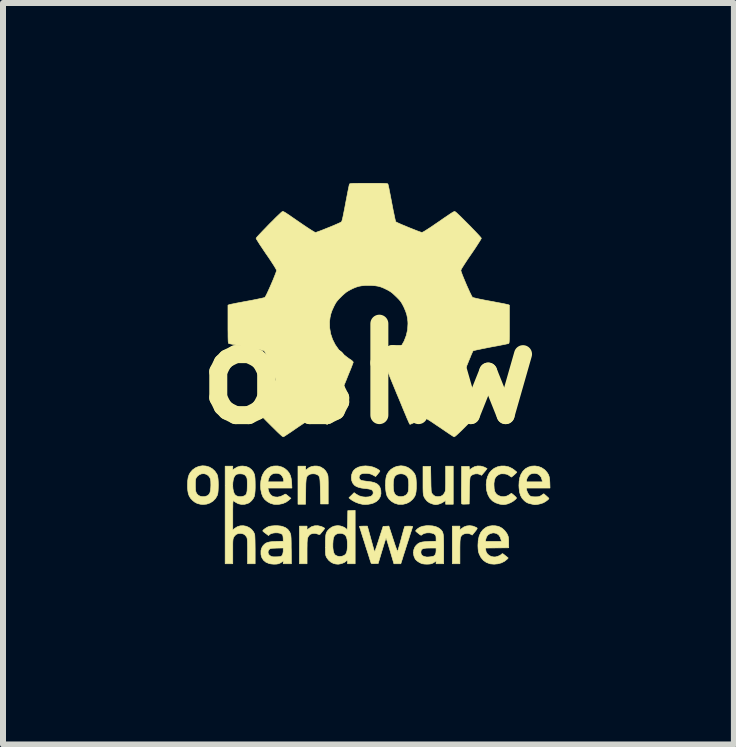
<source format=kicad_pcb>
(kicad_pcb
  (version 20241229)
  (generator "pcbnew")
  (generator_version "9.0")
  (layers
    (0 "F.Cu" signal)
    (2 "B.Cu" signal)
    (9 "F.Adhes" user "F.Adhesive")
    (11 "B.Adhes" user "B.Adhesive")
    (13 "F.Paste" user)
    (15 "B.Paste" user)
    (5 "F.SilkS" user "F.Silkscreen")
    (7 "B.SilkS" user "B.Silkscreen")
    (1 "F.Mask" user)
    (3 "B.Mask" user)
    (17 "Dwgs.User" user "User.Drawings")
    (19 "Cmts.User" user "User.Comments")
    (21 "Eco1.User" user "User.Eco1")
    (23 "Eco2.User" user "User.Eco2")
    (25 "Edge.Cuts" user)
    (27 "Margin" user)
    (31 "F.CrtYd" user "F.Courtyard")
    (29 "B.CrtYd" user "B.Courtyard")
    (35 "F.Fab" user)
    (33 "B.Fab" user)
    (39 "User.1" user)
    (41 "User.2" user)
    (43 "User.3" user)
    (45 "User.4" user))
  (footprint "oshw"
    (layer "F.Cu")
    (at 3.092 3.18)
    (property "Reference" "oshw" (at 0 0 0) (layer "F.SilkS") (effects (font (size 1.524 1.524) (thickness 0.3))))
    (attr through_hole)
    (fp_poly (pts (xy 1.74 2.539) (xy 1.79 2.559) (xy 1.809 2.57) (xy 1.812 2.577) (xy 1.809 2.587) (xy 1.797 2.605) (xy 1.775 2.633) (xy 1.774 2.634) (xy 1.729 2.689) (xy 1.701 2.673) (xy 1.669 2.662) (xy 1.632 2.661) (xy 1.596 2.669) (xy 1.573 2.68) (xy 1.559 2.691) (xy 1.548 2.703) (xy 1.54 2.717) (xy 1.533 2.736) (xy 1.529 2.761) (xy 1.526 2.794) (xy 1.525 2.837) (xy 1.524 2.893) (xy 1.524 2.959) (xy 1.524 3.167) (xy 1.397 3.167) (xy 1.397 2.54) (xy 1.524 2.54) (xy 1.524 2.607) (xy 1.55 2.582) (xy 1.59 2.554) (xy 1.637 2.537) (xy 1.688 2.532) (xy 1.74 2.539)) (stroke (width 0.01) (type solid)) (fill yes) (layer "F.SilkS"))
    (fp_poly (pts (xy -0.789 2.545) (xy -0.772 2.552) (xy -0.749 2.563) (xy -0.734 2.573) (xy -0.73 2.578) (xy -0.735 2.586) (xy -0.747 2.603) (xy -0.765 2.625) (xy -0.784 2.648) (xy -0.802 2.67) (xy -0.81 2.678) (xy -0.822 2.68) (xy -0.843 2.674) (xy -0.849 2.671) (xy -0.886 2.661) (xy -0.927 2.662) (xy -0.963 2.673) (xy -0.973 2.679) (xy -0.989 2.694) (xy -1.005 2.717) (xy -1.009 2.725) (xy -1.013 2.737) (xy -1.017 2.75) (xy -1.019 2.767) (xy -1.021 2.789) (xy -1.023 2.82) (xy -1.023 2.861) (xy -1.024 2.914) (xy -1.024 2.963) (xy -1.024 3.167) (xy -1.151 3.167) (xy -1.151 2.54) (xy -1.024 2.54) (xy -1.024 2.605) (xy -0.992 2.578) (xy -0.948 2.549) (xy -0.897 2.534) (xy -0.843 2.533) (xy -0.789 2.545)) (stroke (width 0.01) (type solid)) (fill yes) (layer "F.SilkS"))
    (fp_poly (pts (xy 1.872 1.539) (xy 1.925 1.554) (xy 1.935 1.559) (xy 1.977 1.58) (xy 1.961 1.602) (xy 1.947 1.62) (xy 1.927 1.644) (xy 1.915 1.658) (xy 1.885 1.693) (xy 1.859 1.68) (xy 1.823 1.668) (xy 1.785 1.668) (xy 1.747 1.677) (xy 1.716 1.694) (xy 1.697 1.716) (xy 1.694 1.727) (xy 1.691 1.748) (xy 1.688 1.779) (xy 1.686 1.823) (xy 1.684 1.88) (xy 1.683 1.951) (xy 1.683 1.953) (xy 1.679 2.171) (xy 1.617 2.173) (xy 1.583 2.174) (xy 1.562 2.172) (xy 1.552 2.167) (xy 1.552 2.165) (xy 1.551 2.155) (xy 1.55 2.131) (xy 1.55 2.095) (xy 1.549 2.048) (xy 1.549 1.992) (xy 1.549 1.93) (xy 1.55 1.862) (xy 1.55 1.849) (xy 1.552 1.544) (xy 1.679 1.544) (xy 1.681 1.573) (xy 1.684 1.603) (xy 1.719 1.576) (xy 1.766 1.55) (xy 1.818 1.537) (xy 1.872 1.539)) (stroke (width 0.01) (type solid)) (fill yes) (layer "F.SilkS"))
    (fp_poly (pts (xy -0.852 1.539) (xy -0.806 1.551) (xy -0.79 1.558) (xy -0.746 1.586) (xy -0.713 1.621) (xy -0.689 1.663) (xy -0.684 1.675) (xy -0.68 1.686) (xy -0.676 1.7) (xy -0.674 1.717) (xy -0.673 1.74) (xy -0.672 1.77) (xy -0.671 1.81) (xy -0.671 1.862) (xy -0.671 1.928) (xy -0.671 1.937) (xy -0.671 2.171) (xy -0.798 2.171) (xy -0.802 1.957) (xy -0.803 1.888) (xy -0.805 1.833) (xy -0.807 1.79) (xy -0.81 1.757) (xy -0.814 1.733) (xy -0.82 1.716) (xy -0.828 1.703) (xy -0.838 1.693) (xy -0.851 1.684) (xy -0.854 1.683) (xy -0.886 1.67) (xy -0.924 1.667) (xy -0.963 1.671) (xy -0.99 1.682) (xy -1.005 1.692) (xy -1.017 1.703) (xy -1.026 1.716) (xy -1.033 1.733) (xy -1.038 1.756) (xy -1.041 1.788) (xy -1.044 1.829) (xy -1.045 1.883) (xy -1.046 1.95) (xy -1.046 1.963) (xy -1.049 2.175) (xy -1.175 2.175) (xy -1.175 1.54) (xy -1.048 1.54) (xy -1.048 1.572) (xy -1.046 1.594) (xy -1.04 1.602) (xy -1.028 1.596) (xy -1.019 1.586) (xy -0.988 1.562) (xy -0.947 1.546) (xy -0.9 1.538) (xy -0.852 1.539)) (stroke (width 0.01) (type solid)) (fill yes) (layer "F.SilkS"))
    (fp_poly (pts (xy 1.413 2.175) (xy 1.286 2.175) (xy 1.286 2.112) (xy 1.246 2.139) (xy 1.216 2.156) (xy 1.183 2.169) (xy 1.167 2.174) (xy 1.139 2.18) (xy 1.12 2.182) (xy 1.103 2.18) (xy 1.079 2.174) (xy 1.071 2.172) (xy 1.016 2.151) (xy 0.973 2.119) (xy 0.939 2.075) (xy 0.927 2.052) (xy 0.922 2.04) (xy 0.918 2.028) (xy 0.915 2.015) (xy 0.913 1.997) (xy 0.911 1.974) (xy 0.91 1.943) (xy 0.909 1.902) (xy 0.909 1.85) (xy 0.909 1.784) (xy 0.909 1.778) (xy 0.909 1.544) (xy 1.036 1.544) (xy 1.04 1.76) (xy 1.041 1.824) (xy 1.042 1.875) (xy 1.044 1.913) (xy 1.045 1.942) (xy 1.047 1.962) (xy 1.05 1.976) (xy 1.054 1.986) (xy 1.058 1.994) (xy 1.06 1.997) (xy 1.087 2.027) (xy 1.116 2.043) (xy 1.151 2.049) (xy 1.157 2.049) (xy 1.201 2.044) (xy 1.236 2.026) (xy 1.262 1.995) (xy 1.268 1.984) (xy 1.273 1.973) (xy 1.278 1.962) (xy 1.281 1.948) (xy 1.283 1.93) (xy 1.284 1.905) (xy 1.285 1.872) (xy 1.286 1.829) (xy 1.286 1.772) (xy 1.286 1.745) (xy 1.286 1.54) (xy 1.413 1.54) (xy 1.413 2.175)) (stroke (width 0.01) (type solid)) (fill yes) (layer "F.SilkS"))
    (fp_poly (pts (xy 2.273 1.538) (xy 2.335 1.551) (xy 2.393 1.578) (xy 2.439 1.611) (xy 2.473 1.641) (xy 2.457 1.659) (xy 2.44 1.675) (xy 2.419 1.694) (xy 2.412 1.7) (xy 2.382 1.723) (xy 2.346 1.697) (xy 2.322 1.682) (xy 2.3 1.674) (xy 2.272 1.669) (xy 2.254 1.668) (xy 2.222 1.667) (xy 2.2 1.67) (xy 2.181 1.677) (xy 2.164 1.686) (xy 2.133 1.709) (xy 2.112 1.738) (xy 2.099 1.776) (xy 2.092 1.825) (xy 2.092 1.857) (xy 2.095 1.914) (xy 2.104 1.959) (xy 2.122 1.993) (xy 2.148 2.018) (xy 2.162 2.028) (xy 2.209 2.046) (xy 2.258 2.05) (xy 2.307 2.038) (xy 2.342 2.02) (xy 2.383 1.992) (xy 2.412 2.015) (xy 2.433 2.033) (xy 2.452 2.051) (xy 2.456 2.055) (xy 2.466 2.067) (xy 2.466 2.076) (xy 2.455 2.089) (xy 2.452 2.092) (xy 2.416 2.122) (xy 2.37 2.149) (xy 2.321 2.168) (xy 2.314 2.171) (xy 2.279 2.178) (xy 2.251 2.181) (xy 2.223 2.179) (xy 2.187 2.173) (xy 2.183 2.172) (xy 2.119 2.151) (xy 2.066 2.119) (xy 2.024 2.075) (xy 1.993 2.02) (xy 1.972 1.953) (xy 1.967 1.922) (xy 1.962 1.849) (xy 1.968 1.78) (xy 1.985 1.716) (xy 2.011 1.66) (xy 2.045 1.617) (xy 2.094 1.577) (xy 2.151 1.551) (xy 2.211 1.538) (xy 2.273 1.538)) (stroke (width 0.01) (type solid)) (fill yes) (layer "F.SilkS"))
    (fp_poly (pts (xy -1.497 1.54) (xy -1.442 1.555) (xy -1.396 1.579) (xy -1.354 1.615) (xy -1.353 1.616) (xy -1.324 1.652) (xy -1.303 1.694) (xy -1.289 1.744) (xy -1.281 1.806) (xy -1.28 1.823) (xy -1.276 1.905) (xy -1.676 1.905) (xy -1.67 1.935) (xy -1.656 1.979) (xy -1.632 2.015) (xy -1.603 2.039) (xy -1.562 2.053) (xy -1.516 2.056) (xy -1.467 2.046) (xy -1.42 2.025) (xy -1.401 2.013) (xy -1.391 2.007) (xy -1.382 2.007) (xy -1.369 2.014) (xy -1.349 2.03) (xy -1.339 2.038) (xy -1.293 2.076) (xy -1.33 2.109) (xy -1.376 2.142) (xy -1.432 2.165) (xy -1.494 2.177) (xy -1.556 2.178) (xy -1.582 2.175) (xy -1.636 2.159) (xy -1.686 2.131) (xy -1.728 2.096) (xy -1.759 2.054) (xy -1.759 2.053) (xy -1.782 1.996) (xy -1.795 1.93) (xy -1.799 1.86) (xy -1.795 1.802) (xy -1.676 1.802) (xy -1.413 1.802) (xy -1.413 1.78) (xy -1.419 1.748) (xy -1.434 1.714) (xy -1.456 1.687) (xy -1.47 1.675) (xy -1.504 1.662) (xy -1.544 1.658) (xy -1.583 1.664) (xy -1.612 1.677) (xy -1.641 1.705) (xy -1.662 1.745) (xy -1.671 1.776) (xy -1.676 1.802) (xy -1.795 1.802) (xy -1.794 1.789) (xy -1.78 1.723) (xy -1.763 1.679) (xy -1.73 1.624) (xy -1.687 1.582) (xy -1.636 1.553) (xy -1.579 1.538) (xy -1.517 1.537) (xy -1.497 1.54)) (stroke (width 0.01) (type solid)) (fill yes) (layer "F.SilkS"))
    (fp_poly (pts (xy 2.113 2.534) (xy 2.162 2.543) (xy 2.177 2.548) (xy 2.226 2.574) (xy 2.27 2.613) (xy 2.306 2.661) (xy 2.316 2.681) (xy 2.326 2.704) (xy 2.332 2.724) (xy 2.335 2.748) (xy 2.337 2.779) (xy 2.337 2.814) (xy 2.338 2.901) (xy 2.145 2.903) (xy 1.953 2.905) (xy 1.953 2.925) (xy 1.96 2.965) (xy 1.98 3) (xy 2.011 3.028) (xy 2.049 3.047) (xy 2.091 3.054) (xy 2.12 3.053) (xy 2.152 3.044) (xy 2.185 3.031) (xy 2.211 3.015) (xy 2.222 3.005) (xy 2.229 2.999) (xy 2.239 3) (xy 2.254 3.01) (xy 2.264 3.018) (xy 2.286 3.036) (xy 2.306 3.052) (xy 2.313 3.057) (xy 2.329 3.071) (xy 2.31 3.092) (xy 2.268 3.126) (xy 2.216 3.152) (xy 2.157 3.168) (xy 2.095 3.174) (xy 2.034 3.169) (xy 2.022 3.166) (xy 1.965 3.145) (xy 1.916 3.111) (xy 1.876 3.064) (xy 1.846 3.006) (xy 1.834 2.969) (xy 1.83 2.946) (xy 1.827 2.912) (xy 1.825 2.874) (xy 1.825 2.854) (xy 1.829 2.794) (xy 1.951 2.794) (xy 2.216 2.794) (xy 2.21 2.768) (xy 2.194 2.721) (xy 2.169 2.685) (xy 2.134 2.662) (xy 2.093 2.653) (xy 2.073 2.653) (xy 2.029 2.664) (xy 1.993 2.686) (xy 1.968 2.719) (xy 1.955 2.761) (xy 1.955 2.761) (xy 1.951 2.794) (xy 1.829 2.794) (xy 1.83 2.773) (xy 1.846 2.703) (xy 1.873 2.644) (xy 1.911 2.597) (xy 1.959 2.561) (xy 1.97 2.555) (xy 2.012 2.54) (xy 2.061 2.533) (xy 2.113 2.534)) (stroke (width 0.01) (type solid)) (fill yes) (layer "F.SilkS"))
    (fp_poly (pts (xy -2.71 1.538) (xy -2.655 1.554) (xy -2.605 1.582) (xy -2.562 1.621) (xy -2.528 1.67) (xy -2.518 1.692) (xy -2.512 1.717) (xy -2.507 1.755) (xy -2.504 1.801) (xy -2.503 1.851) (xy -2.504 1.901) (xy -2.506 1.949) (xy -2.51 1.989) (xy -2.517 2.018) (xy -2.518 2.023) (xy -2.549 2.078) (xy -2.59 2.121) (xy -2.64 2.153) (xy -2.697 2.173) (xy -2.76 2.179) (xy -2.802 2.175) (xy -2.854 2.162) (xy -2.899 2.138) (xy -2.933 2.11) (xy -2.964 2.077) (xy -2.987 2.041) (xy -3.003 1.998) (xy -3.012 1.947) (xy -3.016 1.884) (xy -3.016 1.857) (xy -2.885 1.857) (xy -2.885 1.906) (xy -2.882 1.943) (xy -2.876 1.97) (xy -2.867 1.991) (xy -2.852 2.01) (xy -2.84 2.022) (xy -2.81 2.04) (xy -2.773 2.048) (xy -2.733 2.048) (xy -2.695 2.037) (xy -2.679 2.029) (xy -2.658 2.01) (xy -2.643 1.984) (xy -2.634 1.948) (xy -2.629 1.901) (xy -2.627 1.857) (xy -2.628 1.815) (xy -2.629 1.786) (xy -2.633 1.764) (xy -2.638 1.746) (xy -2.645 1.73) (xy -2.669 1.698) (xy -2.702 1.676) (xy -2.739 1.666) (xy -2.778 1.667) (xy -2.815 1.68) (xy -2.848 1.704) (xy -2.869 1.73) (xy -2.876 1.744) (xy -2.881 1.76) (xy -2.883 1.781) (xy -2.885 1.811) (xy -2.885 1.853) (xy -2.885 1.857) (xy -3.016 1.857) (xy -3.014 1.788) (xy -3.006 1.731) (xy -2.991 1.684) (xy -2.969 1.645) (xy -2.938 1.609) (xy -2.929 1.6) (xy -2.879 1.565) (xy -2.824 1.543) (xy -2.767 1.534) (xy -2.71 1.538)) (stroke (width 0.01) (type solid)) (fill yes) (layer "F.SilkS"))
    (fp_poly (pts (xy 0.602 1.541) (xy 0.659 1.563) (xy 0.711 1.6) (xy 0.723 1.611) (xy 0.749 1.639) (xy 0.768 1.666) (xy 0.782 1.695) (xy 0.791 1.73) (xy 0.795 1.772) (xy 0.798 1.826) (xy 0.798 1.857) (xy 0.797 1.918) (xy 0.793 1.966) (xy 0.786 2.004) (xy 0.775 2.036) (xy 0.758 2.064) (xy 0.736 2.092) (xy 0.733 2.095) (xy 0.687 2.135) (xy 0.632 2.163) (xy 0.571 2.177) (xy 0.507 2.177) (xy 0.491 2.175) (xy 0.436 2.158) (xy 0.386 2.129) (xy 0.343 2.09) (xy 0.312 2.043) (xy 0.309 2.036) (xy 0.298 2) (xy 0.29 1.953) (xy 0.285 1.899) (xy 0.284 1.855) (xy 0.413 1.855) (xy 0.413 1.857) (xy 0.415 1.914) (xy 0.421 1.958) (xy 0.432 1.991) (xy 0.448 2.015) (xy 0.464 2.029) (xy 0.502 2.045) (xy 0.544 2.049) (xy 0.585 2.042) (xy 0.619 2.026) (xy 0.639 2.008) (xy 0.653 1.988) (xy 0.663 1.964) (xy 0.668 1.931) (xy 0.67 1.886) (xy 0.671 1.857) (xy 0.67 1.806) (xy 0.666 1.767) (xy 0.658 1.737) (xy 0.646 1.715) (xy 0.628 1.697) (xy 0.612 1.685) (xy 0.579 1.671) (xy 0.54 1.667) (xy 0.5 1.672) (xy 0.476 1.681) (xy 0.451 1.698) (xy 0.433 1.721) (xy 0.422 1.754) (xy 0.415 1.798) (xy 0.413 1.855) (xy 0.284 1.855) (xy 0.284 1.842) (xy 0.286 1.787) (xy 0.292 1.737) (xy 0.301 1.697) (xy 0.305 1.687) (xy 0.335 1.635) (xy 0.377 1.592) (xy 0.43 1.56) (xy 0.477 1.543) (xy 0.541 1.534) (xy 0.602 1.541)) (stroke (width 0.01) (type solid)) (fill yes) (layer "F.SilkS"))
    (fp_poly (pts (xy 2.833 1.546) (xy 2.886 1.566) (xy 2.934 1.598) (xy 2.956 1.62) (xy 2.982 1.652) (xy 3.001 1.684) (xy 3.013 1.72) (xy 3.02 1.765) (xy 3.023 1.816) (xy 3.026 1.905) (xy 2.635 1.905) (xy 2.635 1.927) (xy 2.641 1.954) (xy 2.655 1.986) (xy 2.673 2.015) (xy 2.693 2.036) (xy 2.708 2.044) (xy 2.727 2.049) (xy 2.753 2.051) (xy 2.781 2.052) (xy 2.814 2.051) (xy 2.837 2.049) (xy 2.855 2.043) (xy 2.874 2.033) (xy 2.884 2.026) (xy 2.922 2) (xy 2.965 2.037) (xy 2.986 2.056) (xy 3.002 2.071) (xy 3.008 2.08) (xy 3.008 2.08) (xy 3.002 2.089) (xy 2.986 2.104) (xy 2.964 2.121) (xy 2.939 2.137) (xy 2.917 2.15) (xy 2.892 2.159) (xy 2.859 2.169) (xy 2.822 2.177) (xy 2.789 2.181) (xy 2.77 2.182) (xy 2.756 2.18) (xy 2.733 2.175) (xy 2.715 2.171) (xy 2.677 2.162) (xy 2.648 2.151) (xy 2.624 2.137) (xy 2.598 2.116) (xy 2.597 2.115) (xy 2.561 2.076) (xy 2.535 2.029) (xy 2.518 1.971) (xy 2.51 1.903) (xy 2.508 1.861) (xy 2.512 1.791) (xy 2.514 1.779) (xy 2.635 1.779) (xy 2.635 1.802) (xy 2.899 1.802) (xy 2.894 1.772) (xy 2.879 1.726) (xy 2.853 1.692) (xy 2.818 1.669) (xy 2.776 1.659) (xy 2.767 1.659) (xy 2.731 1.663) (xy 2.7 1.673) (xy 2.699 1.674) (xy 2.675 1.694) (xy 2.653 1.723) (xy 2.639 1.756) (xy 2.635 1.779) (xy 2.514 1.779) (xy 2.522 1.732) (xy 2.54 1.681) (xy 2.567 1.635) (xy 2.578 1.621) (xy 2.618 1.582) (xy 2.666 1.556) (xy 2.72 1.54) (xy 2.776 1.537) (xy 2.833 1.546)) (stroke (width 0.01) (type solid)) (fill yes) (layer "F.SilkS"))
    (fp_poly (pts (xy 0.011 1.541) (xy 0.072 1.554) (xy 0.129 1.577) (xy 0.165 1.598) (xy 0.181 1.611) (xy 0.19 1.62) (xy 0.19 1.622) (xy 0.186 1.631) (xy 0.173 1.648) (xy 0.155 1.67) (xy 0.155 1.671) (xy 0.119 1.713) (xy 0.074 1.688) (xy 0.046 1.675) (xy 0.02 1.667) (xy -0.011 1.662) (xy -0.035 1.661) (xy -0.079 1.661) (xy -0.109 1.666) (xy -0.131 1.677) (xy -0.147 1.694) (xy -0.15 1.699) (xy -0.157 1.727) (xy -0.15 1.752) (xy -0.13 1.772) (xy -0.127 1.774) (xy -0.11 1.779) (xy -0.081 1.785) (xy -0.045 1.79) (xy -0.016 1.794) (xy 0.052 1.803) (xy 0.105 1.817) (xy 0.146 1.838) (xy 0.176 1.866) (xy 0.195 1.903) (xy 0.206 1.944) (xy 0.208 2.001) (xy 0.195 2.052) (xy 0.169 2.095) (xy 0.13 2.131) (xy 0.078 2.157) (xy 0.04 2.168) (xy -0.005 2.176) (xy -0.051 2.179) (xy -0.089 2.178) (xy -0.091 2.178) (xy -0.154 2.164) (xy -0.215 2.141) (xy -0.27 2.112) (xy -0.3 2.09) (xy -0.326 2.068) (xy -0.282 2.025) (xy -0.239 1.982) (xy -0.21 2.004) (xy -0.156 2.035) (xy -0.095 2.052) (xy -0.047 2.056) (xy 0.004 2.052) (xy 0.042 2.041) (xy 0.067 2.022) (xy 0.078 1.996) (xy 0.078 1.975) (xy 0.073 1.955) (xy 0.062 1.941) (xy 0.042 1.93) (xy 0.011 1.922) (xy -0.033 1.915) (xy -0.055 1.913) (xy -0.118 1.905) (xy -0.167 1.893) (xy -0.206 1.877) (xy -0.236 1.856) (xy -0.237 1.855) (xy -0.264 1.82) (xy -0.28 1.778) (xy -0.285 1.73) (xy -0.28 1.682) (xy -0.264 1.638) (xy -0.246 1.61) (xy -0.21 1.578) (xy -0.163 1.555) (xy -0.109 1.541) (xy -0.05 1.536) (xy 0.011 1.541)) (stroke (width 0.01) (type solid)) (fill yes) (layer "F.SilkS"))
    (fp_poly (pts (xy -0.222 3.167) (xy -0.349 3.167) (xy -0.349 3.139) (xy -0.351 3.118) (xy -0.358 3.113) (xy -0.371 3.121) (xy -0.377 3.127) (xy -0.398 3.143) (xy -0.429 3.157) (xy -0.465 3.168) (xy -0.5 3.174) (xy -0.514 3.174) (xy -0.546 3.171) (xy -0.577 3.164) (xy -0.584 3.162) (xy -0.626 3.14) (xy -0.665 3.107) (xy -0.695 3.067) (xy -0.7 3.058) (xy -0.706 3.044) (xy -0.711 3.031) (xy -0.714 3.016) (xy -0.716 2.995) (xy -0.718 2.968) (xy -0.718 2.93) (xy -0.718 2.881) (xy -0.718 2.857) (xy -0.718 2.83) (xy -0.594 2.83) (xy -0.594 2.896) (xy -0.587 2.95) (xy -0.576 2.99) (xy -0.559 3.018) (xy -0.557 3.019) (xy -0.524 3.038) (xy -0.485 3.046) (xy -0.443 3.042) (xy -0.416 3.033) (xy -0.393 3.019) (xy -0.376 3.001) (xy -0.364 2.975) (xy -0.356 2.94) (xy -0.352 2.893) (xy -0.351 2.865) (xy -0.352 2.805) (xy -0.357 2.759) (xy -0.367 2.723) (xy -0.382 2.696) (xy -0.404 2.677) (xy -0.438 2.663) (xy -0.477 2.659) (xy -0.516 2.665) (xy -0.537 2.675) (xy -0.558 2.691) (xy -0.573 2.711) (xy -0.584 2.738) (xy -0.59 2.775) (xy -0.593 2.825) (xy -0.594 2.83) (xy -0.718 2.83) (xy -0.718 2.793) (xy -0.716 2.741) (xy -0.713 2.701) (xy -0.708 2.67) (xy -0.699 2.645) (xy -0.687 2.624) (xy -0.671 2.605) (xy -0.651 2.585) (xy -0.611 2.556) (xy -0.569 2.539) (xy -0.519 2.532) (xy -0.507 2.532) (xy -0.472 2.536) (xy -0.435 2.547) (xy -0.402 2.561) (xy -0.378 2.578) (xy -0.374 2.582) (xy -0.362 2.593) (xy -0.356 2.596) (xy -0.354 2.588) (xy -0.352 2.567) (xy -0.35 2.535) (xy -0.349 2.494) (xy -0.348 2.447) (xy -0.347 2.439) (xy -0.345 2.282) (xy -0.284 2.28) (xy -0.222 2.277) (xy -0.222 3.167)) (stroke (width 0.01) (type solid)) (fill yes) (layer "F.SilkS"))
    (fp_poly (pts (xy -1.514 2.533) (xy -1.466 2.538) (xy -1.438 2.544) (xy -1.385 2.564) (xy -1.345 2.593) (xy -1.315 2.633) (xy -1.31 2.643) (xy -1.305 2.656) (xy -1.3 2.668) (xy -1.296 2.681) (xy -1.294 2.697) (xy -1.292 2.718) (xy -1.29 2.746) (xy -1.289 2.783) (xy -1.288 2.832) (xy -1.288 2.893) (xy -1.287 2.927) (xy -1.284 3.167) (xy -1.421 3.167) (xy -1.421 3.118) (xy -1.445 3.138) (xy -1.469 3.154) (xy -1.497 3.166) (xy -1.498 3.167) (xy -1.536 3.173) (xy -1.58 3.174) (xy -1.624 3.17) (xy -1.656 3.164) (xy -1.71 3.141) (xy -1.749 3.109) (xy -1.776 3.068) (xy -1.791 3.018) (xy -1.792 2.999) (xy -1.792 2.981) (xy -1.674 2.981) (xy -1.666 3.008) (xy -1.646 3.03) (xy -1.617 3.046) (xy -1.607 3.049) (xy -1.581 3.052) (xy -1.548 3.052) (xy -1.513 3.051) (xy -1.482 3.049) (xy -1.46 3.044) (xy -1.458 3.044) (xy -1.44 3.029) (xy -1.428 3.001) (xy -1.421 2.964) (xy -1.421 2.949) (xy -1.421 2.904) (xy -1.527 2.906) (xy -1.571 2.908) (xy -1.601 2.909) (xy -1.622 2.912) (xy -1.636 2.915) (xy -1.646 2.921) (xy -1.654 2.928) (xy -1.671 2.953) (xy -1.674 2.981) (xy -1.792 2.981) (xy -1.792 2.948) (xy -1.781 2.907) (xy -1.761 2.871) (xy -1.751 2.859) (xy -1.73 2.838) (xy -1.707 2.822) (xy -1.679 2.811) (xy -1.645 2.803) (xy -1.6 2.798) (xy -1.542 2.796) (xy -1.538 2.795) (xy -1.42 2.792) (xy -1.422 2.74) (xy -1.425 2.711) (xy -1.429 2.693) (xy -1.436 2.681) (xy -1.446 2.672) (xy -1.474 2.659) (xy -1.511 2.652) (xy -1.552 2.651) (xy -1.591 2.656) (xy -1.625 2.666) (xy -1.646 2.678) (xy -1.666 2.697) (xy -1.714 2.661) (xy -1.737 2.644) (xy -1.754 2.629) (xy -1.762 2.62) (xy -1.762 2.619) (xy -1.756 2.608) (xy -1.739 2.592) (xy -1.715 2.575) (xy -1.689 2.559) (xy -1.663 2.547) (xy -1.655 2.544) (xy -1.614 2.537) (xy -1.565 2.533) (xy -1.514 2.533)) (stroke (width 0.01) (type solid)) (fill yes) (layer "F.SilkS"))
    (fp_poly (pts (xy 1.068 2.536) (xy 1.124 2.549) (xy 1.171 2.571) (xy 1.194 2.589) (xy 1.21 2.603) (xy 1.222 2.618) (xy 1.233 2.633) (xy 1.24 2.653) (xy 1.246 2.677) (xy 1.25 2.709) (xy 1.252 2.749) (xy 1.253 2.8) (xy 1.254 2.863) (xy 1.254 2.93) (xy 1.254 3.167) (xy 1.127 3.167) (xy 1.127 3.118) (xy 1.103 3.138) (xy 1.079 3.154) (xy 1.051 3.166) (xy 1.049 3.167) (xy 1.016 3.172) (xy 0.974 3.174) (xy 0.933 3.172) (xy 0.897 3.167) (xy 0.887 3.164) (xy 0.847 3.145) (xy 0.811 3.121) (xy 0.784 3.095) (xy 0.778 3.086) (xy 0.757 3.037) (xy 0.749 2.987) (xy 0.75 2.979) (xy 0.873 2.979) (xy 0.88 3.01) (xy 0.899 3.033) (xy 0.927 3.045) (xy 0.945 3.049) (xy 0.956 3.053) (xy 0.974 3.055) (xy 1.002 3.054) (xy 1.033 3.051) (xy 1.063 3.046) (xy 1.085 3.04) (xy 1.092 3.037) (xy 1.111 3.017) (xy 1.123 2.99) (xy 1.127 2.951) (xy 1.127 2.944) (xy 1.127 2.905) (xy 1.027 2.905) (xy 0.973 2.906) (xy 0.933 2.91) (xy 0.905 2.918) (xy 0.887 2.93) (xy 0.877 2.948) (xy 0.874 2.972) (xy 0.873 2.979) (xy 0.75 2.979) (xy 0.755 2.936) (xy 0.773 2.89) (xy 0.793 2.863) (xy 0.816 2.84) (xy 0.839 2.824) (xy 0.866 2.812) (xy 0.9 2.804) (xy 0.943 2.799) (xy 0.998 2.796) (xy 1.01 2.795) (xy 1.127 2.792) (xy 1.127 2.746) (xy 1.125 2.712) (xy 1.117 2.69) (xy 1.113 2.685) (xy 1.089 2.667) (xy 1.054 2.656) (xy 1.014 2.651) (xy 0.973 2.652) (xy 0.935 2.66) (xy 0.904 2.674) (xy 0.89 2.685) (xy 0.883 2.691) (xy 0.875 2.691) (xy 0.861 2.684) (xy 0.84 2.668) (xy 0.833 2.662) (xy 0.81 2.644) (xy 0.793 2.629) (xy 0.786 2.62) (xy 0.786 2.62) (xy 0.791 2.611) (xy 0.805 2.596) (xy 0.817 2.585) (xy 0.855 2.559) (xy 0.903 2.542) (xy 0.962 2.533) (xy 0.999 2.532) (xy 1.068 2.536)) (stroke (width 0.01) (type solid)) (fill yes) (layer "F.SilkS"))
    (fp_poly (pts (xy 0.41 2.754) (xy 0.428 2.809) (xy 0.444 2.858) (xy 0.459 2.9) (xy 0.471 2.933) (xy 0.48 2.954) (xy 0.484 2.963) (xy 0.485 2.963) (xy 0.488 2.954) (xy 0.495 2.932) (xy 0.505 2.898) (xy 0.517 2.856) (xy 0.531 2.806) (xy 0.544 2.758) (xy 0.558 2.704) (xy 0.572 2.655) (xy 0.583 2.613) (xy 0.593 2.58) (xy 0.599 2.558) (xy 0.601 2.55) (xy 0.61 2.544) (xy 0.632 2.541) (xy 0.669 2.54) (xy 0.672 2.54) (xy 0.707 2.541) (xy 0.727 2.543) (xy 0.736 2.546) (xy 0.736 2.55) (xy 0.733 2.559) (xy 0.726 2.582) (xy 0.715 2.616) (xy 0.701 2.658) (xy 0.685 2.708) (xy 0.668 2.763) (xy 0.649 2.821) (xy 0.63 2.88) (xy 0.612 2.938) (xy 0.594 2.993) (xy 0.578 3.043) (xy 0.565 3.086) (xy 0.56 3.102) (xy 0.539 3.167) (xy 0.424 3.167) (xy 0.361 2.953) (xy 0.344 2.897) (xy 0.329 2.847) (xy 0.316 2.805) (xy 0.305 2.771) (xy 0.297 2.748) (xy 0.293 2.739) (xy 0.293 2.738) (xy 0.29 2.746) (xy 0.283 2.766) (xy 0.272 2.798) (xy 0.259 2.84) (xy 0.244 2.889) (xy 0.228 2.943) (xy 0.225 2.951) (xy 0.162 3.163) (xy 0.105 3.165) (xy 0.072 3.166) (xy 0.052 3.163) (xy 0.044 3.158) (xy 0.044 3.157) (xy 0.04 3.145) (xy 0.031 3.119) (xy 0.02 3.084) (xy 0.006 3.039) (xy -0.01 2.988) (xy -0.028 2.933) (xy -0.047 2.874) (xy -0.065 2.815) (xy -0.084 2.757) (xy -0.101 2.703) (xy -0.117 2.653) (xy -0.13 2.61) (xy -0.141 2.577) (xy -0.148 2.554) (xy -0.151 2.544) (xy -0.151 2.544) (xy -0.143 2.542) (xy -0.124 2.541) (xy -0.096 2.54) (xy -0.084 2.54) (xy -0.018 2.54) (xy 0.002 2.613) (xy 0.011 2.646) (xy 0.023 2.69) (xy 0.037 2.74) (xy 0.051 2.793) (xy 0.061 2.828) (xy 0.073 2.872) (xy 0.084 2.911) (xy 0.093 2.942) (xy 0.1 2.962) (xy 0.103 2.969) (xy 0.106 2.961) (xy 0.114 2.941) (xy 0.125 2.909) (xy 0.139 2.868) (xy 0.155 2.819) (xy 0.173 2.765) (xy 0.175 2.756) (xy 0.244 2.544) (xy 0.292 2.542) (xy 0.34 2.539) (xy 0.41 2.754)) (stroke (width 0.01) (type solid)) (fill yes) (layer "F.SilkS"))
    (fp_poly (pts (xy -2.042 1.545) (xy -1.991 1.565) (xy -1.949 1.598) (xy -1.917 1.64) (xy -1.901 1.679) (xy -1.895 1.707) (xy -1.891 1.746) (xy -1.889 1.794) (xy -1.888 1.847) (xy -1.888 1.901) (xy -1.89 1.951) (xy -1.894 1.995) (xy -1.899 2.029) (xy -1.901 2.039) (xy -1.919 2.077) (xy -1.947 2.114) (xy -1.981 2.145) (xy -2.01 2.161) (xy -2.063 2.176) (xy -2.117 2.178) (xy -2.169 2.167) (xy -2.212 2.144) (xy -2.232 2.13) (xy -2.248 2.119) (xy -2.252 2.116) (xy -2.255 2.118) (xy -2.257 2.126) (xy -2.259 2.144) (xy -2.261 2.171) (xy -2.261 2.21) (xy -2.262 2.261) (xy -2.262 2.326) (xy -2.262 2.358) (xy -2.262 2.605) (xy -2.23 2.578) (xy -2.186 2.55) (xy -2.138 2.535) (xy -2.087 2.533) (xy -2.037 2.542) (xy -1.99 2.563) (xy -1.949 2.594) (xy -1.916 2.635) (xy -1.898 2.674) (xy -1.895 2.692) (xy -1.893 2.726) (xy -1.891 2.775) (xy -1.89 2.839) (xy -1.889 2.918) (xy -1.889 2.934) (xy -1.889 3.167) (xy -2.016 3.167) (xy -2.016 2.959) (xy -2.016 2.894) (xy -2.017 2.844) (xy -2.017 2.805) (xy -2.019 2.777) (xy -2.021 2.756) (xy -2.024 2.74) (xy -2.027 2.729) (xy -2.03 2.723) (xy -2.054 2.691) (xy -2.086 2.67) (xy -2.128 2.661) (xy -2.129 2.661) (xy -2.173 2.664) (xy -2.208 2.68) (xy -2.236 2.709) (xy -2.244 2.723) (xy -2.25 2.734) (xy -2.254 2.745) (xy -2.257 2.758) (xy -2.259 2.775) (xy -2.261 2.799) (xy -2.262 2.832) (xy -2.262 2.875) (xy -2.262 2.931) (xy -2.262 2.962) (xy -2.262 3.167) (xy -2.389 3.167) (xy -2.389 1.867) (xy -2.263 1.867) (xy -2.259 1.917) (xy -2.25 1.963) (xy -2.236 2) (xy -2.225 2.016) (xy -2.199 2.036) (xy -2.164 2.047) (xy -2.124 2.049) (xy -2.085 2.041) (xy -2.066 2.033) (xy -2.049 2.022) (xy -2.037 2.006) (xy -2.029 1.984) (xy -2.023 1.952) (xy -2.021 1.91) (xy -2.02 1.857) (xy -2.02 1.811) (xy -2.021 1.777) (xy -2.023 1.753) (xy -2.027 1.736) (xy -2.032 1.723) (xy -2.035 1.717) (xy -2.058 1.689) (xy -2.088 1.673) (xy -2.128 1.668) (xy -2.151 1.668) (xy -2.18 1.671) (xy -2.199 1.677) (xy -2.214 1.687) (xy -2.223 1.696) (xy -2.241 1.726) (xy -2.254 1.767) (xy -2.261 1.815) (xy -2.263 1.867) (xy -2.389 1.867) (xy -2.389 1.54) (xy -2.262 1.54) (xy -2.262 1.604) (xy -2.236 1.584) (xy -2.187 1.555) (xy -2.133 1.54) (xy -2.098 1.538) (xy -2.042 1.545)) (stroke (width 0.01) (type solid)) (fill yes) (layer "F.SilkS"))
    (fp_poly (pts (xy 0.083 -3.175) (xy 0.147 -3.175) (xy 0.199 -3.175) (xy 0.239 -3.174) (xy 0.269 -3.173) (xy 0.291 -3.172) (xy 0.306 -3.17) (xy 0.315 -3.168) (xy 0.321 -3.165) (xy 0.324 -3.161) (xy 0.325 -3.16) (xy 0.328 -3.149) (xy 0.334 -3.124) (xy 0.342 -3.088) (xy 0.351 -3.041) (xy 0.362 -2.985) (xy 0.374 -2.923) (xy 0.387 -2.856) (xy 0.389 -2.845) (xy 0.402 -2.777) (xy 0.414 -2.715) (xy 0.426 -2.659) (xy 0.436 -2.611) (xy 0.444 -2.573) (xy 0.451 -2.547) (xy 0.455 -2.534) (xy 0.455 -2.534) (xy 0.466 -2.527) (xy 0.489 -2.516) (xy 0.522 -2.501) (xy 0.563 -2.483) (xy 0.61 -2.464) (xy 0.659 -2.443) (xy 0.709 -2.423) (xy 0.757 -2.404) (xy 0.802 -2.386) (xy 0.839 -2.372) (xy 0.868 -2.362) (xy 0.886 -2.356) (xy 0.89 -2.356) (xy 0.901 -2.359) (xy 0.923 -2.37) (xy 0.954 -2.389) (xy 0.996 -2.416) (xy 1.05 -2.451) (xy 1.115 -2.496) (xy 1.124 -2.502) (xy 1.195 -2.55) (xy 1.253 -2.591) (xy 1.301 -2.623) (xy 1.339 -2.649) (xy 1.369 -2.669) (xy 1.392 -2.684) (xy 1.409 -2.694) (xy 1.421 -2.7) (xy 1.429 -2.704) (xy 1.435 -2.705) (xy 1.44 -2.704) (xy 1.442 -2.703) (xy 1.452 -2.696) (xy 1.472 -2.68) (xy 1.499 -2.654) (xy 1.532 -2.623) (xy 1.57 -2.585) (xy 1.611 -2.544) (xy 1.654 -2.501) (xy 1.698 -2.457) (xy 1.739 -2.414) (xy 1.779 -2.373) (xy 1.814 -2.336) (xy 1.843 -2.305) (xy 1.865 -2.28) (xy 1.878 -2.264) (xy 1.881 -2.258) (xy 1.877 -2.248) (xy 1.864 -2.226) (xy 1.845 -2.195) (xy 1.819 -2.155) (xy 1.789 -2.108) (xy 1.754 -2.056) (xy 1.716 -2) (xy 1.711 -1.993) (xy 1.658 -1.916) (xy 1.616 -1.852) (xy 1.583 -1.801) (xy 1.559 -1.763) (xy 1.545 -1.737) (xy 1.54 -1.723) (xy 1.54 -1.723) (xy 1.543 -1.709) (xy 1.552 -1.683) (xy 1.565 -1.647) (xy 1.582 -1.605) (xy 1.602 -1.557) (xy 1.623 -1.507) (xy 1.645 -1.456) (xy 1.667 -1.408) (xy 1.687 -1.363) (xy 1.706 -1.325) (xy 1.72 -1.296) (xy 1.731 -1.278) (xy 1.735 -1.273) (xy 1.747 -1.269) (xy 1.772 -1.263) (xy 1.809 -1.254) (xy 1.856 -1.244) (xy 1.911 -1.233) (xy 1.972 -1.221) (xy 2.033 -1.21) (xy 2.098 -1.198) (xy 2.159 -1.186) (xy 2.214 -1.176) (xy 2.26 -1.167) (xy 2.297 -1.159) (xy 2.321 -1.154) (xy 2.332 -1.151) (xy 2.349 -1.143) (xy 2.349 -0.827) (xy 2.349 -0.747) (xy 2.349 -0.682) (xy 2.349 -0.63) (xy 2.348 -0.589) (xy 2.347 -0.559) (xy 2.346 -0.536) (xy 2.344 -0.521) (xy 2.342 -0.512) (xy 2.339 -0.507) (xy 2.336 -0.504) (xy 2.336 -0.504) (xy 2.325 -0.501) (xy 2.3 -0.496) (xy 2.264 -0.488) (xy 2.217 -0.479) (xy 2.163 -0.468) (xy 2.101 -0.457) (xy 2.037 -0.445) (xy 1.962 -0.43) (xy 1.896 -0.417) (xy 1.84 -0.405) (xy 1.796 -0.396) (xy 1.764 -0.388) (xy 1.746 -0.382) (xy 1.743 -0.38) (xy 1.737 -0.37) (xy 1.727 -0.347) (xy 1.712 -0.314) (xy 1.695 -0.271) (xy 1.674 -0.221) (xy 1.652 -0.166) (xy 1.643 -0.145) (xy 1.614 -0.07) (xy 1.591 -0.01) (xy 1.574 0.037) (xy 1.563 0.072) (xy 1.558 0.093) (xy 1.557 0.101) (xy 1.563 0.113) (xy 1.576 0.136) (xy 1.596 0.168) (xy 1.622 0.209) (xy 1.653 0.256) (xy 1.688 0.308) (xy 1.721 0.356) (xy 1.758 0.41) (xy 1.792 0.461) (xy 1.822 0.506) (xy 1.847 0.544) (xy 1.866 0.574) (xy 1.878 0.594) (xy 1.881 0.602) (xy 1.876 0.611) (xy 1.86 0.629) (xy 1.836 0.656) (xy 1.804 0.69) (xy 1.765 0.73) (xy 1.721 0.775) (xy 1.673 0.823) (xy 1.66 0.836) (xy 1.603 0.893) (xy 1.556 0.94) (xy 1.517 0.977) (xy 1.487 1.005) (xy 1.464 1.026) (xy 1.447 1.04) (xy 1.435 1.048) (xy 1.428 1.051) (xy 1.424 1.05) (xy 1.414 1.045) (xy 1.393 1.031) (xy 1.362 1.011) (xy 1.322 0.984) (xy 1.276 0.953) (xy 1.225 0.918) (xy 1.179 0.887) (xy 1.125 0.851) (xy 1.075 0.817) (xy 1.03 0.787) (xy 0.991 0.763) (xy 0.961 0.745) (xy 0.941 0.733) (xy 0.933 0.73) (xy 0.921 0.734) (xy 0.897 0.744) (xy 0.866 0.759) (xy 0.829 0.778) (xy 0.814 0.786) (xy 0.777 0.806) (xy 0.744 0.822) (xy 0.717 0.834) (xy 0.701 0.841) (xy 0.698 0.841) (xy 0.695 0.842) (xy 0.693 0.842) (xy 0.691 0.842) (xy 0.688 0.84) (xy 0.685 0.835) (xy 0.68 0.826) (xy 0.674 0.812) (xy 0.665 0.793) (xy 0.654 0.767) (xy 0.639 0.734) (xy 0.622 0.692) (xy 0.6 0.64) (xy 0.574 0.578) (xy 0.544 0.504) (xy 0.508 0.417) (xy 0.466 0.318) (xy 0.457 0.295) (xy 0.423 0.213) (xy 0.391 0.135) (xy 0.361 0.062) (xy 0.335 -0.004) (xy 0.311 -0.062) (xy 0.292 -0.111) (xy 0.277 -0.15) (xy 0.267 -0.176) (xy 0.262 -0.19) (xy 0.262 -0.192) (xy 0.269 -0.206) (xy 0.287 -0.223) (xy 0.296 -0.228) (xy 0.35 -0.265) (xy 0.4 -0.303) (xy 0.444 -0.34) (xy 0.478 -0.372) (xy 0.481 -0.375) (xy 0.544 -0.456) (xy 0.594 -0.544) (xy 0.63 -0.638) (xy 0.652 -0.734) (xy 0.658 -0.833) (xy 0.657 -0.865) (xy 0.65 -0.928) (xy 0.638 -0.986) (xy 0.619 -1.043) (xy 0.592 -1.106) (xy 0.586 -1.119) (xy 0.567 -1.155) (xy 0.551 -1.183) (xy 0.534 -1.208) (xy 0.512 -1.234) (xy 0.483 -1.264) (xy 0.465 -1.282) (xy 0.427 -1.318) (xy 0.396 -1.346) (xy 0.366 -1.368) (xy 0.335 -1.387) (xy 0.314 -1.398) (xy 0.257 -1.426) (xy 0.208 -1.446) (xy 0.161 -1.459) (xy 0.112 -1.467) (xy 0.056 -1.471) (xy 0.004 -1.472) (xy -0.061 -1.471) (xy -0.115 -1.466) (xy -0.164 -1.457) (xy -0.21 -1.442) (xy -0.261 -1.421) (xy -0.306 -1.398) (xy -0.34 -1.379) (xy -0.37 -1.36) (xy -0.399 -1.336) (xy -0.433 -1.306) (xy -0.457 -1.282) (xy -0.491 -1.248) (xy -0.516 -1.22) (xy -0.535 -1.196) (xy -0.552 -1.169) (xy -0.568 -1.138) (xy -0.578 -1.119) (xy -0.607 -1.055) (xy -0.627 -0.997) (xy -0.64 -0.939) (xy -0.648 -0.877) (xy -0.649 -0.865) (xy -0.647 -0.766) (xy -0.631 -0.668) (xy -0.599 -0.573) (xy -0.554 -0.484) (xy -0.495 -0.4) (xy -0.476 -0.379) (xy -0.45 -0.352) (xy -0.413 -0.32) (xy -0.371 -0.287) (xy -0.326 -0.253) (xy -0.288 -0.228) (xy -0.267 -0.211) (xy -0.255 -0.196) (xy -0.254 -0.191) (xy -0.257 -0.182) (xy -0.266 -0.158) (xy -0.279 -0.123) (xy -0.297 -0.077) (xy -0.32 -0.022) (xy -0.346 0.042) (xy -0.374 0.113) (xy -0.406 0.19) (xy -0.439 0.271) (xy -0.449 0.295) (xy -0.492 0.398) (xy -0.529 0.487) (xy -0.56 0.563) (xy -0.587 0.628) (xy -0.609 0.682) (xy -0.628 0.726) (xy -0.643 0.761) (xy -0.655 0.788) (xy -0.664 0.809) (xy -0.671 0.824) (xy -0.676 0.833) (xy -0.68 0.839) (xy -0.683 0.842) (xy -0.685 0.842) (xy -0.687 0.842) (xy -0.689 0.841) (xy -0.69 0.841) (xy -0.702 0.838) (xy -0.724 0.828) (xy -0.755 0.813) (xy -0.791 0.794) (xy -0.806 0.786) (xy -0.844 0.766) (xy -0.878 0.75) (xy -0.905 0.737) (xy -0.922 0.731) (xy -0.925 0.73) (xy -0.936 0.735) (xy -0.957 0.747) (xy -0.989 0.766) (xy -1.029 0.792) (xy -1.075 0.822) (xy -1.126 0.856) (xy -1.172 0.887) (xy -1.226 0.924) (xy -1.276 0.959) (xy -1.321 0.989) (xy -1.359 1.014) (xy -1.389 1.034) (xy -1.409 1.046) (xy -1.416 1.05) (xy -1.422 1.05) (xy -1.431 1.046) (xy -1.445 1.036) (xy -1.464 1.019) (xy -1.489 0.996) (xy -1.522 0.965) (xy -1.563 0.924) (xy -1.614 0.874) (xy -1.652 0.836) (xy -1.701 0.787) (xy -1.746 0.741) (xy -1.786 0.7) (xy -1.82 0.664) (xy -1.847 0.635) (xy -1.865 0.614) (xy -1.873 0.603) (xy -1.873 0.602) (xy -1.869 0.593) (xy -1.856 0.572) (xy -1.837 0.541) (xy -1.812 0.502) (xy -1.781 0.456) (xy -1.747 0.405) (xy -1.713 0.356) (xy -1.676 0.301) (xy -1.641 0.25) (xy -1.611 0.203) (xy -1.585 0.164) (xy -1.566 0.132) (xy -1.554 0.111) (xy -1.55 0.101) (xy -1.551 0.088) (xy -1.558 0.062) (xy -1.571 0.024) (xy -1.59 -0.027) (xy -1.615 -0.092) (xy -1.635 -0.142) (xy -1.657 -0.198) (xy -1.679 -0.25) (xy -1.698 -0.296) (xy -1.713 -0.333) (xy -1.725 -0.36) (xy -1.732 -0.375) (xy -1.733 -0.377) (xy -1.74 -0.382) (xy -1.754 -0.387) (xy -1.777 -0.393) (xy -1.809 -0.401) (xy -1.853 -0.411) (xy -1.91 -0.422) (xy -1.98 -0.435) (xy -2.029 -0.445) (xy -2.094 -0.457) (xy -2.155 -0.469) (xy -2.21 -0.479) (xy -2.257 -0.489) (xy -2.293 -0.496) (xy -2.317 -0.501) (xy -2.328 -0.504) (xy -2.331 -0.506) (xy -2.334 -0.511) (xy -2.336 -0.52) (xy -2.338 -0.534) (xy -2.339 -0.555) (xy -2.34 -0.585) (xy -2.341 -0.624) (xy -2.341 -0.675) (xy -2.342 -0.738) (xy -2.342 -0.816) (xy -2.342 -1.143) (xy -2.324 -1.151) (xy -2.312 -1.154) (xy -2.286 -1.16) (xy -2.249 -1.167) (xy -2.202 -1.177) (xy -2.147 -1.187) (xy -2.085 -1.199) (xy -2.025 -1.21) (xy -1.959 -1.222) (xy -1.898 -1.234) (xy -1.844 -1.245) (xy -1.798 -1.255) (xy -1.761 -1.263) (xy -1.737 -1.269) (xy -1.727 -1.273) (xy -1.72 -1.283) (xy -1.707 -1.306) (xy -1.691 -1.338) (xy -1.672 -1.379) (xy -1.651 -1.425) (xy -1.629 -1.475) (xy -1.607 -1.526) (xy -1.586 -1.575) (xy -1.568 -1.621) (xy -1.552 -1.661) (xy -1.54 -1.694) (xy -1.533 -1.716) (xy -1.532 -1.723) (xy -1.537 -1.736) (xy -1.551 -1.762) (xy -1.574 -1.8) (xy -1.607 -1.851) (xy -1.649 -1.915) (xy -1.701 -1.991) (xy -1.703 -1.993) (xy -1.741 -2.049) (xy -1.776 -2.102) (xy -1.808 -2.149) (xy -1.834 -2.19) (xy -1.854 -2.223) (xy -1.868 -2.245) (xy -1.873 -2.257) (xy -1.873 -2.258) (xy -1.868 -2.266) (xy -1.853 -2.285) (xy -1.829 -2.311) (xy -1.798 -2.344) (xy -1.762 -2.382) (xy -1.722 -2.423) (xy -1.68 -2.467) (xy -1.637 -2.511) (xy -1.594 -2.553) (xy -1.554 -2.594) (xy -1.517 -2.63) (xy -1.485 -2.66) (xy -1.46 -2.684) (xy -1.442 -2.699) (xy -1.435 -2.703) (xy -1.431 -2.705) (xy -1.426 -2.705) (xy -1.42 -2.704) (xy -1.411 -2.7) (xy -1.399 -2.693) (xy -1.381 -2.683) (xy -1.357 -2.667) (xy -1.325 -2.646) (xy -1.285 -2.618) (xy -1.234 -2.583) (xy -1.172 -2.54) (xy -1.147 -2.523) (xy -1.081 -2.478) (xy -1.023 -2.439) (xy -0.974 -2.407) (xy -0.934 -2.382) (xy -0.905 -2.365) (xy -0.888 -2.356) (xy -0.884 -2.355) (xy -0.871 -2.358) (xy -0.846 -2.367) (xy -0.812 -2.379) (xy -0.77 -2.395) (xy -0.723 -2.414) (xy -0.673 -2.434) (xy -0.623 -2.454) (xy -0.575 -2.474) (xy -0.532 -2.493) (xy -0.495 -2.509) (xy -0.468 -2.522) (xy -0.453 -2.53) (xy -0.451 -2.531) (xy -0.446 -2.539) (xy -0.44 -2.557) (xy -0.433 -2.584) (xy -0.424 -2.623) (xy -0.414 -2.674) (xy -0.401 -2.738) (xy -0.386 -2.817) (xy -0.381 -2.845) (xy -0.368 -2.912) (xy -0.356 -2.975) (xy -0.345 -3.032) (xy -0.335 -3.08) (xy -0.327 -3.119) (xy -0.321 -3.146) (xy -0.317 -3.159) (xy -0.317 -3.16) (xy -0.314 -3.164) (xy -0.31 -3.167) (xy -0.302 -3.169) (xy -0.289 -3.171) (xy -0.27 -3.173) (xy -0.242 -3.174) (xy -0.206 -3.174) (xy -0.158 -3.175) (xy -0.098 -3.175) (xy -0.025 -3.175) (xy 0.004 -3.175) (xy 0.083 -3.175)) (stroke (width 0.01) (type solid)) (fill yes) (layer "F.SilkS")))
  (gr_rect
    (start -3 -3)
    (end 9.183 9.359)
    (stroke (width 0.1) (type default))
    (fill no)
    (layer "Edge.Cuts")))
</source>
